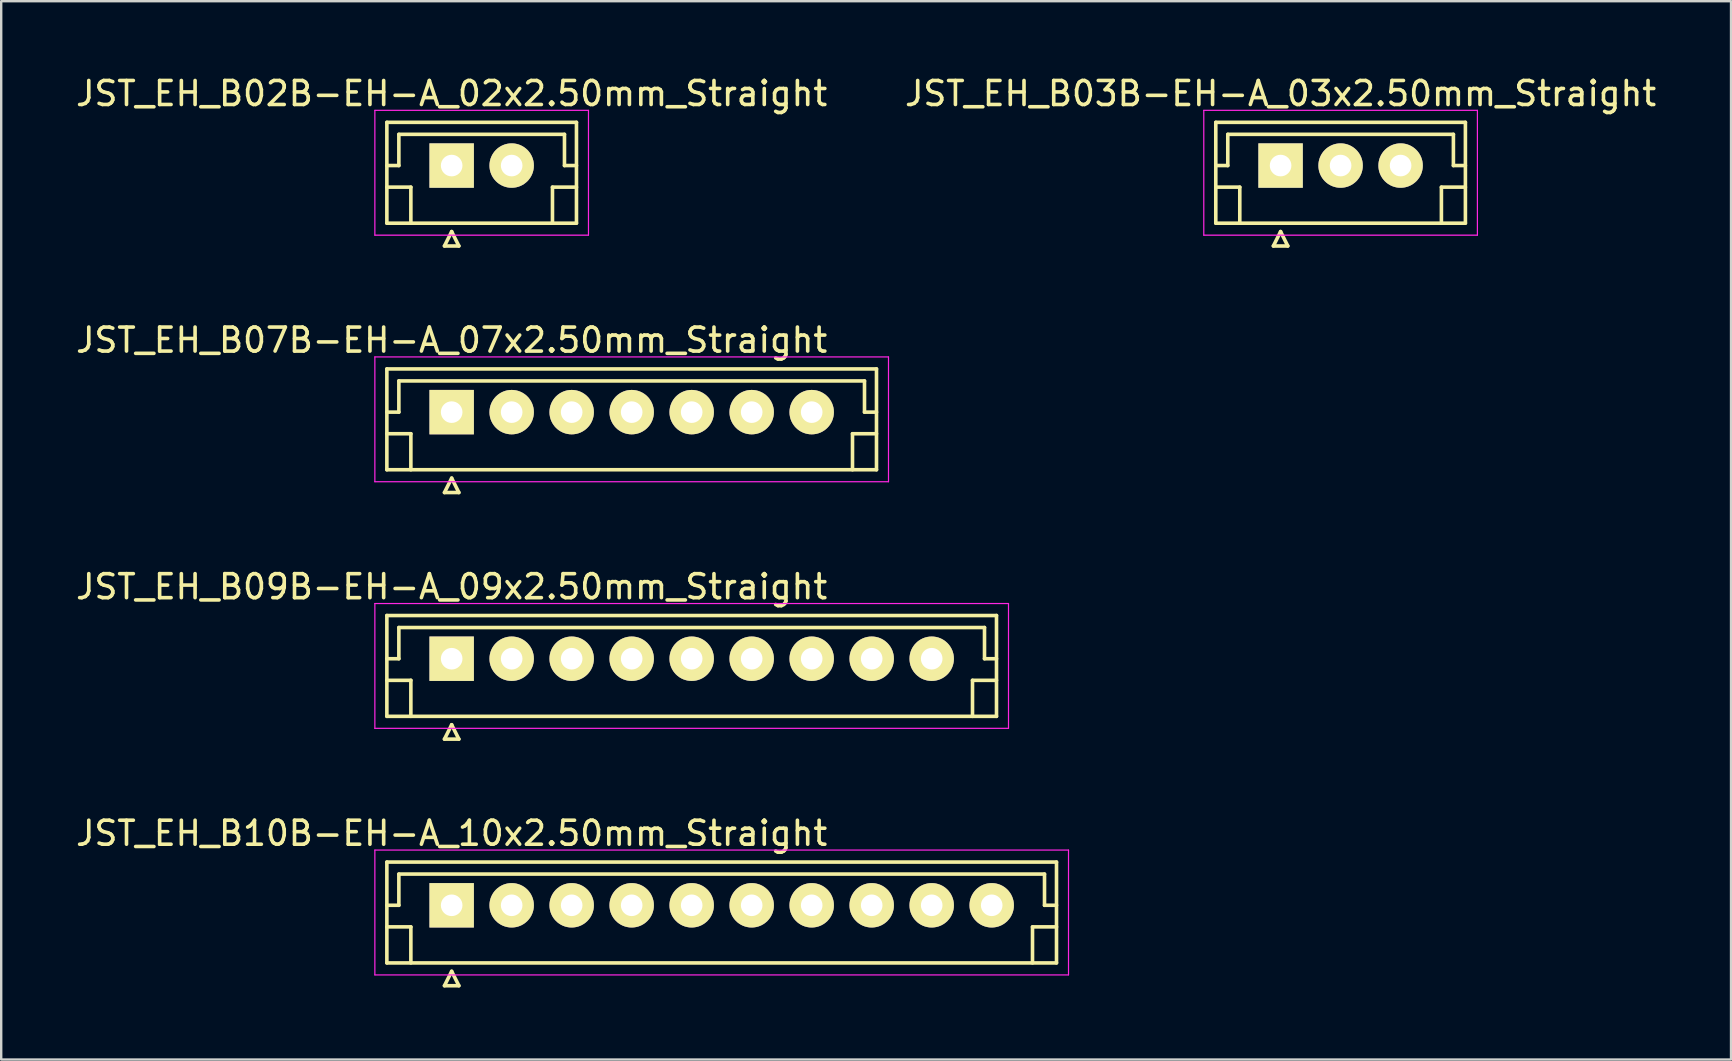
<source format=kicad_pcb>
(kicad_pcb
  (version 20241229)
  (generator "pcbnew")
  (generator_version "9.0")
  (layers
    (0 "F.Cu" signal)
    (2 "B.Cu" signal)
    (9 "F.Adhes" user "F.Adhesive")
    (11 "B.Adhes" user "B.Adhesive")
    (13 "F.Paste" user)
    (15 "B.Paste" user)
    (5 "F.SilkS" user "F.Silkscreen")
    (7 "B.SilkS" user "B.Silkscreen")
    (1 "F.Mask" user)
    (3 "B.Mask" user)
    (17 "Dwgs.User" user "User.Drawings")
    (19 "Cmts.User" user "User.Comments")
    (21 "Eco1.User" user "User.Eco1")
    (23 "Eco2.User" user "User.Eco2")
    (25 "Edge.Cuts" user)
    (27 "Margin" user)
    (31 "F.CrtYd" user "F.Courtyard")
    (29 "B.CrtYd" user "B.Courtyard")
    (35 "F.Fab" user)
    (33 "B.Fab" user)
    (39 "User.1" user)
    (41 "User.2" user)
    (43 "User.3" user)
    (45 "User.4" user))
  (footprint "JST_EH_B10B-EH-A_10x2.50mm_Straight"
    (layer "F.Cu")
    (at 15.768 34.668)
    (property "Reference" "JST_EH_B10B-EH-A_10x2.50mm_Straight" (at 0 -3 0) (layer "F.SilkS") (effects (font (size 1 1) (thickness 0.15))))
    (attr through_hole)
    (fp_line (start -2.7 -1.8) (end -2.7 2.4) (stroke (width 0.15) (type solid)) (layer "F.SilkS"))
    (fp_line (start -2.7 0) (end -2.2 0) (stroke (width 0.15) (type solid)) (layer "F.SilkS"))
    (fp_line (start -2.7 0.9) (end -1.7 0.9) (stroke (width 0.15) (type solid)) (layer "F.SilkS"))
    (fp_line (start -2.7 2.4) (end 25.2 2.4) (stroke (width 0.15) (type solid)) (layer "F.SilkS"))
    (fp_line (start -2.2 -1.3) (end 24.7 -1.3) (stroke (width 0.15) (type solid)) (layer "F.SilkS"))
    (fp_line (start -2.2 0) (end -2.2 -1.3) (stroke (width 0.15) (type solid)) (layer "F.SilkS"))
    (fp_line (start -1.7 0.9) (end -1.7 2.4) (stroke (width 0.15) (type solid)) (layer "F.SilkS"))
    (fp_line (start -0.3 3.35) (end 0.3 3.35) (stroke (width 0.15) (type solid)) (layer "F.SilkS"))
    (fp_line (start 0 2.75) (end -0.3 3.35) (stroke (width 0.15) (type solid)) (layer "F.SilkS"))
    (fp_line (start 0.3 3.35) (end 0 2.75) (stroke (width 0.15) (type solid)) (layer "F.SilkS"))
    (fp_line (start 24.2 0.9) (end 24.2 2.4) (stroke (width 0.15) (type solid)) (layer "F.SilkS"))
    (fp_line (start 24.7 -1.3) (end 24.7 0) (stroke (width 0.15) (type solid)) (layer "F.SilkS"))
    (fp_line (start 24.7 0) (end 25.2 0) (stroke (width 0.15) (type solid)) (layer "F.SilkS"))
    (fp_line (start 25.2 -1.8) (end -2.7 -1.8) (stroke (width 0.15) (type solid)) (layer "F.SilkS"))
    (fp_line (start 25.2 0.9) (end 24.2 0.9) (stroke (width 0.15) (type solid)) (layer "F.SilkS"))
    (fp_line (start 25.2 2.4) (end 25.2 -1.8) (stroke (width 0.15) (type solid)) (layer "F.SilkS"))
    (fp_line (start -3.2 -2.3) (end -3.2 2.9) (stroke (width 0.05) (type solid)) (layer "F.CrtYd"))
    (fp_line (start -3.2 2.9) (end 25.7 2.9) (stroke (width 0.05) (type solid)) (layer "F.CrtYd"))
    (fp_line (start 25.7 -2.3) (end -3.2 -2.3) (stroke (width 0.05) (type solid)) (layer "F.CrtYd"))
    (fp_line (start 25.7 2.9) (end 25.7 -2.3) (stroke (width 0.05) (type solid)) (layer "F.CrtYd"))
    (pad "1" thru_hole rect (at 0 0) (size 1.85 1.85) (drill 0.9) (layers "*.Cu" "*.Mask" "F.SilkS"))
    (pad "2" thru_hole circle (at 2.5 0) (size 1.85 1.85) (drill 0.9) (layers "*.Cu" "*.Mask" "F.SilkS"))
    (pad "3" thru_hole circle (at 5 0) (size 1.85 1.85) (drill 0.9) (layers "*.Cu" "*.Mask" "F.SilkS"))
    (pad "4" thru_hole circle (at 7.5 0) (size 1.85 1.85) (drill 0.9) (layers "*.Cu" "*.Mask" "F.SilkS"))
    (pad "5" thru_hole circle (at 10 0) (size 1.85 1.85) (drill 0.9) (layers "*.Cu" "*.Mask" "F.SilkS"))
    (pad "6" thru_hole circle (at 12.5 0) (size 1.85 1.85) (drill 0.9) (layers "*.Cu" "*.Mask" "F.SilkS"))
    (pad "7" thru_hole circle (at 15 0) (size 1.85 1.85) (drill 0.9) (layers "*.Cu" "*.Mask" "F.SilkS"))
    (pad "8" thru_hole circle (at 17.5 0) (size 1.85 1.85) (drill 0.9) (layers "*.Cu" "*.Mask" "F.SilkS"))
    (pad "9" thru_hole circle (at 20 0) (size 1.85 1.85) (drill 0.9) (layers "*.Cu" "*.Mask" "F.SilkS"))
    (pad "10" thru_hole circle (at 22.5 0) (size 1.85 1.85) (drill 0.9) (layers "*.Cu" "*.Mask" "F.SilkS")))
  (footprint "JST_EH_B02B-EH-A_02x2.50mm_Straight"
    (layer "F.Cu")
    (at 15.768 3.848)
    (property "Reference" "JST_EH_B02B-EH-A_02x2.50mm_Straight" (at 0 -3 0) (layer "F.SilkS") (effects (font (size 1 1) (thickness 0.15))))
    (attr through_hole)
    (fp_line (start -2.7 -1.8) (end -2.7 2.4) (stroke (width 0.15) (type solid)) (layer "F.SilkS"))
    (fp_line (start -2.7 0) (end -2.2 0) (stroke (width 0.15) (type solid)) (layer "F.SilkS"))
    (fp_line (start -2.7 0.9) (end -1.7 0.9) (stroke (width 0.15) (type solid)) (layer "F.SilkS"))
    (fp_line (start -2.7 2.4) (end 5.2 2.4) (stroke (width 0.15) (type solid)) (layer "F.SilkS"))
    (fp_line (start -2.2 -1.3) (end 4.7 -1.3) (stroke (width 0.15) (type solid)) (layer "F.SilkS"))
    (fp_line (start -2.2 0) (end -2.2 -1.3) (stroke (width 0.15) (type solid)) (layer "F.SilkS"))
    (fp_line (start -1.7 0.9) (end -1.7 2.4) (stroke (width 0.15) (type solid)) (layer "F.SilkS"))
    (fp_line (start -0.3 3.35) (end 0.3 3.35) (stroke (width 0.15) (type solid)) (layer "F.SilkS"))
    (fp_line (start 0 2.75) (end -0.3 3.35) (stroke (width 0.15) (type solid)) (layer "F.SilkS"))
    (fp_line (start 0.3 3.35) (end 0 2.75) (stroke (width 0.15) (type solid)) (layer "F.SilkS"))
    (fp_line (start 4.2 0.9) (end 4.2 2.4) (stroke (width 0.15) (type solid)) (layer "F.SilkS"))
    (fp_line (start 4.7 -1.3) (end 4.7 0) (stroke (width 0.15) (type solid)) (layer "F.SilkS"))
    (fp_line (start 4.7 0) (end 5.2 0) (stroke (width 0.15) (type solid)) (layer "F.SilkS"))
    (fp_line (start 5.2 -1.8) (end -2.7 -1.8) (stroke (width 0.15) (type solid)) (layer "F.SilkS"))
    (fp_line (start 5.2 0.9) (end 4.2 0.9) (stroke (width 0.15) (type solid)) (layer "F.SilkS"))
    (fp_line (start 5.2 2.4) (end 5.2 -1.8) (stroke (width 0.15) (type solid)) (layer "F.SilkS"))
    (fp_line (start -3.2 -2.3) (end -3.2 2.9) (stroke (width 0.05) (type solid)) (layer "F.CrtYd"))
    (fp_line (start -3.2 2.9) (end 5.7 2.9) (stroke (width 0.05) (type solid)) (layer "F.CrtYd"))
    (fp_line (start 5.7 -2.3) (end -3.2 -2.3) (stroke (width 0.05) (type solid)) (layer "F.CrtYd"))
    (fp_line (start 5.7 2.9) (end 5.7 -2.3) (stroke (width 0.05) (type solid)) (layer "F.CrtYd"))
    (pad "1" thru_hole rect (at 0 0) (size 1.85 1.85) (drill 0.9) (layers "*.Cu" "*.Mask" "F.SilkS"))
    (pad "2" thru_hole circle (at 2.5 0) (size 1.85 1.85) (drill 0.9) (layers "*.Cu" "*.Mask" "F.SilkS")))
  (footprint "JST_EH_B03B-EH-A_03x2.50mm_Straight"
    (layer "F.Cu")
    (at 50.304 3.848)
    (property "Reference" "JST_EH_B03B-EH-A_03x2.50mm_Straight" (at 0 -3 0) (layer "F.SilkS") (effects (font (size 1 1) (thickness 0.15))))
    (attr through_hole)
    (fp_line (start -2.7 -1.8) (end -2.7 2.4) (stroke (width 0.15) (type solid)) (layer "F.SilkS"))
    (fp_line (start -2.7 0) (end -2.2 0) (stroke (width 0.15) (type solid)) (layer "F.SilkS"))
    (fp_line (start -2.7 0.9) (end -1.7 0.9) (stroke (width 0.15) (type solid)) (layer "F.SilkS"))
    (fp_line (start -2.7 2.4) (end 7.7 2.4) (stroke (width 0.15) (type solid)) (layer "F.SilkS"))
    (fp_line (start -2.2 -1.3) (end 7.2 -1.3) (stroke (width 0.15) (type solid)) (layer "F.SilkS"))
    (fp_line (start -2.2 0) (end -2.2 -1.3) (stroke (width 0.15) (type solid)) (layer "F.SilkS"))
    (fp_line (start -1.7 0.9) (end -1.7 2.4) (stroke (width 0.15) (type solid)) (layer "F.SilkS"))
    (fp_line (start -0.3 3.35) (end 0.3 3.35) (stroke (width 0.15) (type solid)) (layer "F.SilkS"))
    (fp_line (start 0 2.75) (end -0.3 3.35) (stroke (width 0.15) (type solid)) (layer "F.SilkS"))
    (fp_line (start 0.3 3.35) (end 0 2.75) (stroke (width 0.15) (type solid)) (layer "F.SilkS"))
    (fp_line (start 6.7 0.9) (end 6.7 2.4) (stroke (width 0.15) (type solid)) (layer "F.SilkS"))
    (fp_line (start 7.2 -1.3) (end 7.2 0) (stroke (width 0.15) (type solid)) (layer "F.SilkS"))
    (fp_line (start 7.2 0) (end 7.7 0) (stroke (width 0.15) (type solid)) (layer "F.SilkS"))
    (fp_line (start 7.7 -1.8) (end -2.7 -1.8) (stroke (width 0.15) (type solid)) (layer "F.SilkS"))
    (fp_line (start 7.7 0.9) (end 6.7 0.9) (stroke (width 0.15) (type solid)) (layer "F.SilkS"))
    (fp_line (start 7.7 2.4) (end 7.7 -1.8) (stroke (width 0.15) (type solid)) (layer "F.SilkS"))
    (fp_line (start -3.2 -2.3) (end -3.2 2.9) (stroke (width 0.05) (type solid)) (layer "F.CrtYd"))
    (fp_line (start -3.2 2.9) (end 8.2 2.9) (stroke (width 0.05) (type solid)) (layer "F.CrtYd"))
    (fp_line (start 8.2 -2.3) (end -3.2 -2.3) (stroke (width 0.05) (type solid)) (layer "F.CrtYd"))
    (fp_line (start 8.2 2.9) (end 8.2 -2.3) (stroke (width 0.05) (type solid)) (layer "F.CrtYd"))
    (pad "1" thru_hole rect (at 0 0) (size 1.85 1.85) (drill 0.9) (layers "*.Cu" "*.Mask" "F.SilkS"))
    (pad "2" thru_hole circle (at 2.5 0) (size 1.85 1.85) (drill 0.9) (layers "*.Cu" "*.Mask" "F.SilkS"))
    (pad "3" thru_hole circle (at 5 0) (size 1.85 1.85) (drill 0.9) (layers "*.Cu" "*.Mask" "F.SilkS")))
  (footprint "JST_EH_B07B-EH-A_07x2.50mm_Straight"
    (layer "F.Cu")
    (at 15.768 14.121)
    (property "Reference" "JST_EH_B07B-EH-A_07x2.50mm_Straight" (at 0 -3 0) (layer "F.SilkS") (effects (font (size 1 1) (thickness 0.15))))
    (attr through_hole)
    (fp_line (start -2.7 -1.8) (end -2.7 2.4) (stroke (width 0.15) (type solid)) (layer "F.SilkS"))
    (fp_line (start -2.7 0) (end -2.2 0) (stroke (width 0.15) (type solid)) (layer "F.SilkS"))
    (fp_line (start -2.7 0.9) (end -1.7 0.9) (stroke (width 0.15) (type solid)) (layer "F.SilkS"))
    (fp_line (start -2.7 2.4) (end 17.7 2.4) (stroke (width 0.15) (type solid)) (layer "F.SilkS"))
    (fp_line (start -2.2 -1.3) (end 17.2 -1.3) (stroke (width 0.15) (type solid)) (layer "F.SilkS"))
    (fp_line (start -2.2 0) (end -2.2 -1.3) (stroke (width 0.15) (type solid)) (layer "F.SilkS"))
    (fp_line (start -1.7 0.9) (end -1.7 2.4) (stroke (width 0.15) (type solid)) (layer "F.SilkS"))
    (fp_line (start -0.3 3.35) (end 0.3 3.35) (stroke (width 0.15) (type solid)) (layer "F.SilkS"))
    (fp_line (start 0 2.75) (end -0.3 3.35) (stroke (width 0.15) (type solid)) (layer "F.SilkS"))
    (fp_line (start 0.3 3.35) (end 0 2.75) (stroke (width 0.15) (type solid)) (layer "F.SilkS"))
    (fp_line (start 16.7 0.9) (end 16.7 2.4) (stroke (width 0.15) (type solid)) (layer "F.SilkS"))
    (fp_line (start 17.2 -1.3) (end 17.2 0) (stroke (width 0.15) (type solid)) (layer "F.SilkS"))
    (fp_line (start 17.2 0) (end 17.7 0) (stroke (width 0.15) (type solid)) (layer "F.SilkS"))
    (fp_line (start 17.7 -1.8) (end -2.7 -1.8) (stroke (width 0.15) (type solid)) (layer "F.SilkS"))
    (fp_line (start 17.7 0.9) (end 16.7 0.9) (stroke (width 0.15) (type solid)) (layer "F.SilkS"))
    (fp_line (start 17.7 2.4) (end 17.7 -1.8) (stroke (width 0.15) (type solid)) (layer "F.SilkS"))
    (fp_line (start -3.2 -2.3) (end -3.2 2.9) (stroke (width 0.05) (type solid)) (layer "F.CrtYd"))
    (fp_line (start -3.2 2.9) (end 18.2 2.9) (stroke (width 0.05) (type solid)) (layer "F.CrtYd"))
    (fp_line (start 18.2 -2.3) (end -3.2 -2.3) (stroke (width 0.05) (type solid)) (layer "F.CrtYd"))
    (fp_line (start 18.2 2.9) (end 18.2 -2.3) (stroke (width 0.05) (type solid)) (layer "F.CrtYd"))
    (pad "1" thru_hole rect (at 0 0) (size 1.85 1.85) (drill 0.9) (layers "*.Cu" "*.Mask" "F.SilkS"))
    (pad "2" thru_hole circle (at 2.5 0) (size 1.85 1.85) (drill 0.9) (layers "*.Cu" "*.Mask" "F.SilkS"))
    (pad "3" thru_hole circle (at 5 0) (size 1.85 1.85) (drill 0.9) (layers "*.Cu" "*.Mask" "F.SilkS"))
    (pad "4" thru_hole circle (at 7.5 0) (size 1.85 1.85) (drill 0.9) (layers "*.Cu" "*.Mask" "F.SilkS"))
    (pad "5" thru_hole circle (at 10 0) (size 1.85 1.85) (drill 0.9) (layers "*.Cu" "*.Mask" "F.SilkS"))
    (pad "6" thru_hole circle (at 12.5 0) (size 1.85 1.85) (drill 0.9) (layers "*.Cu" "*.Mask" "F.SilkS"))
    (pad "7" thru_hole circle (at 15 0) (size 1.85 1.85) (drill 0.9) (layers "*.Cu" "*.Mask" "F.SilkS")))
  (footprint "JST_EH_B09B-EH-A_09x2.50mm_Straight"
    (layer "F.Cu")
    (at 15.768 24.395)
    (property "Reference" "JST_EH_B09B-EH-A_09x2.50mm_Straight" (at 0 -3 0) (layer "F.SilkS") (effects (font (size 1 1) (thickness 0.15))))
    (attr through_hole)
    (fp_line (start -2.7 -1.8) (end -2.7 2.4) (stroke (width 0.15) (type solid)) (layer "F.SilkS"))
    (fp_line (start -2.7 0) (end -2.2 0) (stroke (width 0.15) (type solid)) (layer "F.SilkS"))
    (fp_line (start -2.7 0.9) (end -1.7 0.9) (stroke (width 0.15) (type solid)) (layer "F.SilkS"))
    (fp_line (start -2.7 2.4) (end 22.7 2.4) (stroke (width 0.15) (type solid)) (layer "F.SilkS"))
    (fp_line (start -2.2 -1.3) (end 22.2 -1.3) (stroke (width 0.15) (type solid)) (layer "F.SilkS"))
    (fp_line (start -2.2 0) (end -2.2 -1.3) (stroke (width 0.15) (type solid)) (layer "F.SilkS"))
    (fp_line (start -1.7 0.9) (end -1.7 2.4) (stroke (width 0.15) (type solid)) (layer "F.SilkS"))
    (fp_line (start -0.3 3.35) (end 0.3 3.35) (stroke (width 0.15) (type solid)) (layer "F.SilkS"))
    (fp_line (start 0 2.75) (end -0.3 3.35) (stroke (width 0.15) (type solid)) (layer "F.SilkS"))
    (fp_line (start 0.3 3.35) (end 0 2.75) (stroke (width 0.15) (type solid)) (layer "F.SilkS"))
    (fp_line (start 21.7 0.9) (end 21.7 2.4) (stroke (width 0.15) (type solid)) (layer "F.SilkS"))
    (fp_line (start 22.2 -1.3) (end 22.2 0) (stroke (width 0.15) (type solid)) (layer "F.SilkS"))
    (fp_line (start 22.2 0) (end 22.7 0) (stroke (width 0.15) (type solid)) (layer "F.SilkS"))
    (fp_line (start 22.7 -1.8) (end -2.7 -1.8) (stroke (width 0.15) (type solid)) (layer "F.SilkS"))
    (fp_line (start 22.7 0.9) (end 21.7 0.9) (stroke (width 0.15) (type solid)) (layer "F.SilkS"))
    (fp_line (start 22.7 2.4) (end 22.7 -1.8) (stroke (width 0.15) (type solid)) (layer "F.SilkS"))
    (fp_line (start -3.2 -2.3) (end -3.2 2.9) (stroke (width 0.05) (type solid)) (layer "F.CrtYd"))
    (fp_line (start -3.2 2.9) (end 23.2 2.9) (stroke (width 0.05) (type solid)) (layer "F.CrtYd"))
    (fp_line (start 23.2 -2.3) (end -3.2 -2.3) (stroke (width 0.05) (type solid)) (layer "F.CrtYd"))
    (fp_line (start 23.2 2.9) (end 23.2 -2.3) (stroke (width 0.05) (type solid)) (layer "F.CrtYd"))
    (pad "1" thru_hole rect (at 0 0) (size 1.85 1.85) (drill 0.9) (layers "*.Cu" "*.Mask" "F.SilkS"))
    (pad "2" thru_hole circle (at 2.5 0) (size 1.85 1.85) (drill 0.9) (layers "*.Cu" "*.Mask" "F.SilkS"))
    (pad "3" thru_hole circle (at 5 0) (size 1.85 1.85) (drill 0.9) (layers "*.Cu" "*.Mask" "F.SilkS"))
    (pad "4" thru_hole circle (at 7.5 0) (size 1.85 1.85) (drill 0.9) (layers "*.Cu" "*.Mask" "F.SilkS"))
    (pad "5" thru_hole circle (at 10 0) (size 1.85 1.85) (drill 0.9) (layers "*.Cu" "*.Mask" "F.SilkS"))
    (pad "6" thru_hole circle (at 12.5 0) (size 1.85 1.85) (drill 0.9) (layers "*.Cu" "*.Mask" "F.SilkS"))
    (pad "7" thru_hole circle (at 15 0) (size 1.85 1.85) (drill 0.9) (layers "*.Cu" "*.Mask" "F.SilkS"))
    (pad "8" thru_hole circle (at 17.5 0) (size 1.85 1.85) (drill 0.9) (layers "*.Cu" "*.Mask" "F.SilkS"))
    (pad "9" thru_hole circle (at 20 0) (size 1.85 1.85) (drill 0.9) (layers "*.Cu" "*.Mask" "F.SilkS")))
  (gr_rect
    (start -3 -3)
    (end 69.071 41.093)
    (stroke (width 0.1) (type default))
    (fill no)
    (layer "Edge.Cuts")))
</source>
